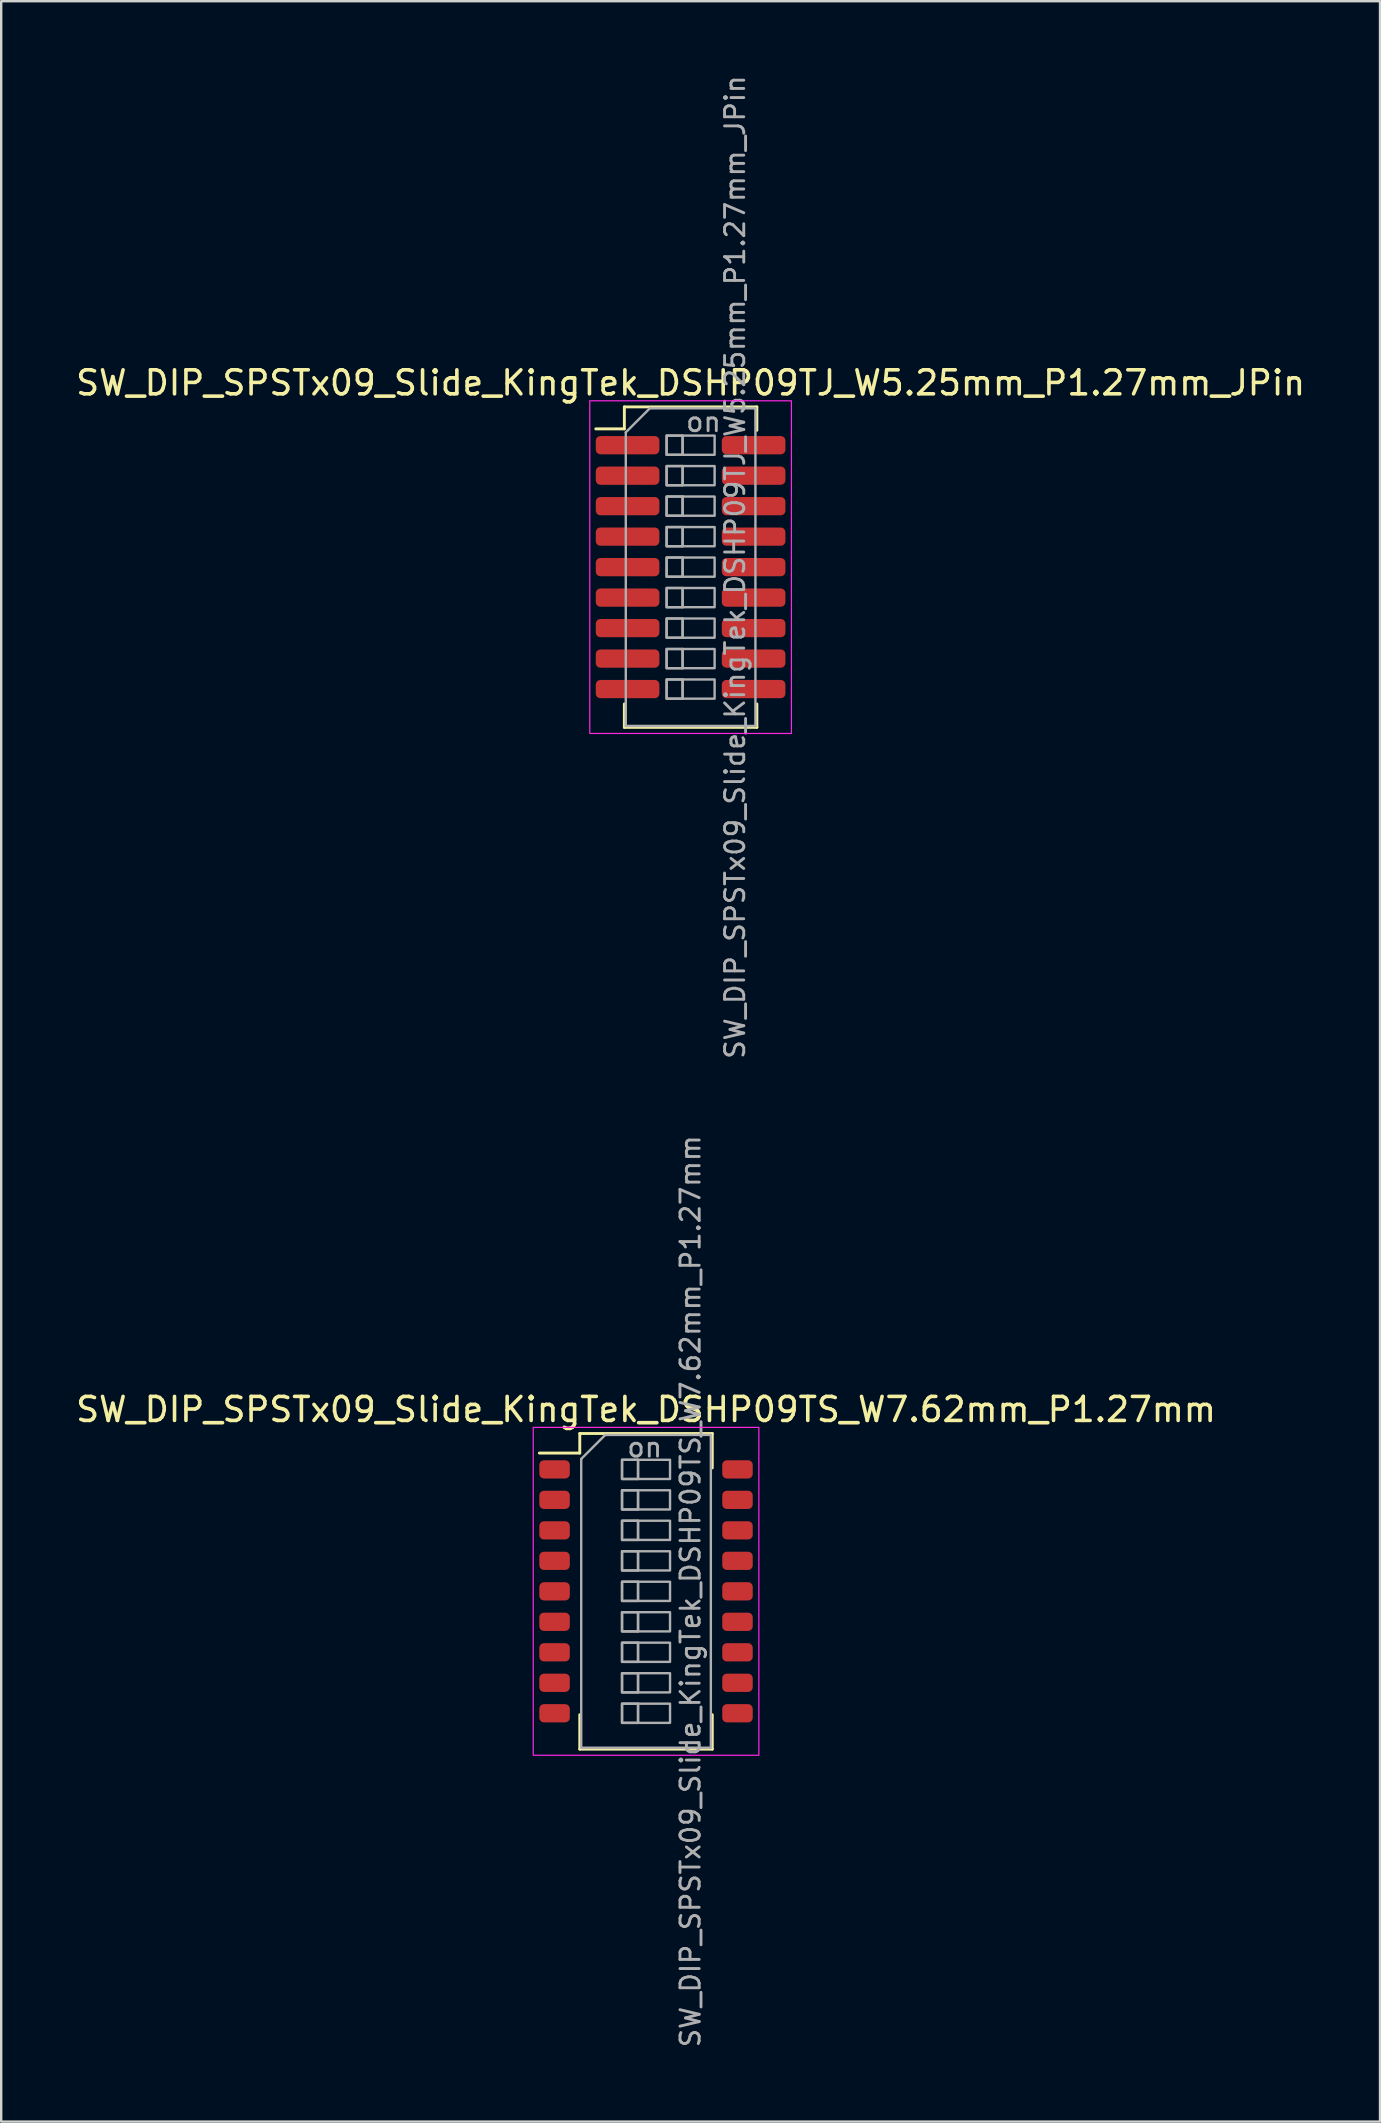
<source format=kicad_pcb>
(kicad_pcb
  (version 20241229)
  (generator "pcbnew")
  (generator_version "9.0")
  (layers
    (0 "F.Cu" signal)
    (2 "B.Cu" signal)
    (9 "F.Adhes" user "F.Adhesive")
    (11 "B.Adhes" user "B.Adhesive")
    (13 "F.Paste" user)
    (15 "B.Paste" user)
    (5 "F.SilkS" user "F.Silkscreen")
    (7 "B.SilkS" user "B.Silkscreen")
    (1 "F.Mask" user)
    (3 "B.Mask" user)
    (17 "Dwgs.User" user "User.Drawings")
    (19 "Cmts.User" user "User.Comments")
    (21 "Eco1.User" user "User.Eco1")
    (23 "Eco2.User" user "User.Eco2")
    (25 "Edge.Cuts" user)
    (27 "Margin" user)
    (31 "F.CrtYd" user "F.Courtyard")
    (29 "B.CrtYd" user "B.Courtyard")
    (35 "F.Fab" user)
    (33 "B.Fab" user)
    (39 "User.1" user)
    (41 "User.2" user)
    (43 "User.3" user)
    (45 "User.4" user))
  (footprint "SW_DIP_SPSTx09_Slide_KingTek_DSHP09TS_W7.62mm_P1.27mm"
    (layer "F.Cu")
    (at 23.863 63.243)
    (property "Reference" "SW_DIP_SPSTx09_Slide_KingTek_DSHP09TS_W7.62mm_P1.27mm" (at 0 -7.575 0) (layer "F.SilkS") (effects (font (size 1 1) (thickness 0.15))))
    (attr smd)
    (fp_line (start -4.445 -5.76) (end -2.76 -5.76) (stroke (width 0.12) (type solid)) (layer "F.SilkS"))
    (fp_line (start -2.76 -6.575) (end -2.76 -5.76) (stroke (width 0.12) (type solid)) (layer "F.SilkS"))
    (fp_line (start -2.76 -6.575) (end 2.76 -6.575) (stroke (width 0.12) (type solid)) (layer "F.SilkS"))
    (fp_line (start -2.76 6.575) (end -2.76 5.14) (stroke (width 0.12) (type solid)) (layer "F.SilkS"))
    (fp_line (start -2.76 6.575) (end 2.76 6.575) (stroke (width 0.12) (type solid)) (layer "F.SilkS"))
    (fp_line (start 2.76 -6.575) (end 2.76 -5.14) (stroke (width 0.12) (type solid)) (layer "F.SilkS"))
    (fp_line (start 2.76 6.575) (end 2.76 5.14) (stroke (width 0.12) (type solid)) (layer "F.SilkS"))
    (fp_rect (start -4.7 -6.83) (end 4.7 6.83) (stroke (width 0.05) (type solid)) (fill no) (layer "F.CrtYd"))
    (fp_line (start -2.7 -5.515) (end -1.7 -6.515) (stroke (width 0.1) (type solid)) (layer "F.Fab"))
    (fp_line (start -2.7 6.515) (end -2.7 -5.515) (stroke (width 0.1) (type solid)) (layer "F.Fab"))
    (fp_line (start -1.7 -6.515) (end 2.7 -6.515) (stroke (width 0.1) (type solid)) (layer "F.Fab"))
    (fp_line (start -0.333 -5.48) (end -0.333 -4.68) (stroke (width 0.1) (type solid)) (layer "F.Fab"))
    (fp_line (start -0.333 -4.21) (end -0.333 -3.41) (stroke (width 0.1) (type solid)) (layer "F.Fab"))
    (fp_line (start -0.333 -2.94) (end -0.333 -2.14) (stroke (width 0.1) (type solid)) (layer "F.Fab"))
    (fp_line (start -0.333 -1.67) (end -0.333 -0.87) (stroke (width 0.1) (type solid)) (layer "F.Fab"))
    (fp_line (start -0.333 -0.4) (end -0.333 0.4) (stroke (width 0.1) (type solid)) (layer "F.Fab"))
    (fp_line (start -0.333 0.87) (end -0.333 1.67) (stroke (width 0.1) (type solid)) (layer "F.Fab"))
    (fp_line (start -0.333 2.14) (end -0.333 2.94) (stroke (width 0.1) (type solid)) (layer "F.Fab"))
    (fp_line (start -0.333 3.41) (end -0.333 4.21) (stroke (width 0.1) (type solid)) (layer "F.Fab"))
    (fp_line (start -0.333 4.68) (end -0.333 5.48) (stroke (width 0.1) (type solid)) (layer "F.Fab"))
    (fp_line (start 2.7 -6.515) (end 2.7 6.515) (stroke (width 0.1) (type solid)) (layer "F.Fab"))
    (fp_line (start 2.7 6.515) (end -2.7 6.515) (stroke (width 0.1) (type solid)) (layer "F.Fab"))
    (fp_rect (start -1 -5.48) (end -0.333 -4.68) (stroke (width 0.1) (type solid)) (fill no) (layer "F.Fab"))
    (fp_rect (start -1 -5.48) (end 1 -4.68) (stroke (width 0.1) (type solid)) (fill no) (layer "F.Fab"))
    (fp_rect (start -1 -4.21) (end -0.333 -3.41) (stroke (width 0.1) (type solid)) (fill no) (layer "F.Fab"))
    (fp_rect (start -1 -4.21) (end 1 -3.41) (stroke (width 0.1) (type solid)) (fill no) (layer "F.Fab"))
    (fp_rect (start -1 -2.94) (end -0.333 -2.14) (stroke (width 0.1) (type solid)) (fill no) (layer "F.Fab"))
    (fp_rect (start -1 -2.94) (end 1 -2.14) (stroke (width 0.1) (type solid)) (fill no) (layer "F.Fab"))
    (fp_rect (start -1 -1.67) (end -0.333 -0.87) (stroke (width 0.1) (type solid)) (fill no) (layer "F.Fab"))
    (fp_rect (start -1 -1.67) (end 1 -0.87) (stroke (width 0.1) (type solid)) (fill no) (layer "F.Fab"))
    (fp_rect (start -1 -0.4) (end -0.333 0.4) (stroke (width 0.1) (type solid)) (fill no) (layer "F.Fab"))
    (fp_rect (start -1 -0.4) (end 1 0.4) (stroke (width 0.1) (type solid)) (fill no) (layer "F.Fab"))
    (fp_rect (start -1 0.87) (end -0.333 1.67) (stroke (width 0.1) (type solid)) (fill no) (layer "F.Fab"))
    (fp_rect (start -1 0.87) (end 1 1.67) (stroke (width 0.1) (type solid)) (fill no) (layer "F.Fab"))
    (fp_rect (start -1 2.14) (end -0.333 2.94) (stroke (width 0.1) (type solid)) (fill no) (layer "F.Fab"))
    (fp_rect (start -1 2.14) (end 1 2.94) (stroke (width 0.1) (type solid)) (fill no) (layer "F.Fab"))
    (fp_rect (start -1 3.41) (end -0.333 4.21) (stroke (width 0.1) (type solid)) (fill no) (layer "F.Fab"))
    (fp_rect (start -1 3.41) (end 1 4.21) (stroke (width 0.1) (type solid)) (fill no) (layer "F.Fab"))
    (fp_rect (start -1 4.68) (end -0.333 5.48) (stroke (width 0.1) (type solid)) (fill no) (layer "F.Fab"))
    (fp_rect (start -1 4.68) (end 1 5.48) (stroke (width 0.1) (type solid)) (fill no) (layer "F.Fab"))
    (fp_text user "${REFERENCE}" (at 1.85 0 90) (layer "F.Fab") (effects (font (size 0.8 0.8) (thickness 0.12))))
    (fp_text user "on" (at -0.055 -5.997 0) (layer "F.Fab") (effects (font (size 0.8 0.8) (thickness 0.12))))
    (pad "1" smd roundrect (at -3.81 -5.08) (size 1.27 0.76) (layers "F.Cu" "F.Mask" "F.Paste") (roundrect_rratio 0.25))
    (pad "2" smd roundrect (at -3.81 -3.81) (size 1.27 0.76) (layers "F.Cu" "F.Mask" "F.Paste") (roundrect_rratio 0.25))
    (pad "3" smd roundrect (at -3.81 -2.54) (size 1.27 0.76) (layers "F.Cu" "F.Mask" "F.Paste") (roundrect_rratio 0.25))
    (pad "4" smd roundrect (at -3.81 -1.27) (size 1.27 0.76) (layers "F.Cu" "F.Mask" "F.Paste") (roundrect_rratio 0.25))
    (pad "5" smd roundrect (at -3.81 0) (size 1.27 0.76) (layers "F.Cu" "F.Mask" "F.Paste") (roundrect_rratio 0.25))
    (pad "6" smd roundrect (at -3.81 1.27) (size 1.27 0.76) (layers "F.Cu" "F.Mask" "F.Paste") (roundrect_rratio 0.25))
    (pad "7" smd roundrect (at -3.81 2.54) (size 1.27 0.76) (layers "F.Cu" "F.Mask" "F.Paste") (roundrect_rratio 0.25))
    (pad "8" smd roundrect (at -3.81 3.81) (size 1.27 0.76) (layers "F.Cu" "F.Mask" "F.Paste") (roundrect_rratio 0.25))
    (pad "9" smd roundrect (at -3.81 5.08) (size 1.27 0.76) (layers "F.Cu" "F.Mask" "F.Paste") (roundrect_rratio 0.25))
    (pad "10" smd roundrect (at 3.81 5.08) (size 1.27 0.76) (layers "F.Cu" "F.Mask" "F.Paste") (roundrect_rratio 0.25))
    (pad "11" smd roundrect (at 3.81 3.81) (size 1.27 0.76) (layers "F.Cu" "F.Mask" "F.Paste") (roundrect_rratio 0.25))
    (pad "12" smd roundrect (at 3.81 2.54) (size 1.27 0.76) (layers "F.Cu" "F.Mask" "F.Paste") (roundrect_rratio 0.25))
    (pad "13" smd roundrect (at 3.81 1.27) (size 1.27 0.76) (layers "F.Cu" "F.Mask" "F.Paste") (roundrect_rratio 0.25))
    (pad "14" smd roundrect (at 3.81 0) (size 1.27 0.76) (layers "F.Cu" "F.Mask" "F.Paste") (roundrect_rratio 0.25))
    (pad "15" smd roundrect (at 3.81 -1.27) (size 1.27 0.76) (layers "F.Cu" "F.Mask" "F.Paste") (roundrect_rratio 0.25))
    (pad "16" smd roundrect (at 3.81 -2.54) (size 1.27 0.76) (layers "F.Cu" "F.Mask" "F.Paste") (roundrect_rratio 0.25))
    (pad "17" smd roundrect (at 3.81 -3.81) (size 1.27 0.76) (layers "F.Cu" "F.Mask" "F.Paste") (roundrect_rratio 0.25))
    (pad "18" smd roundrect (at 3.81 -5.08) (size 1.27 0.76) (layers "F.Cu" "F.Mask" "F.Paste") (roundrect_rratio 0.25)))
  (footprint "SW_DIP_SPSTx09_Slide_KingTek_DSHP09TJ_W5.25mm_P1.27mm_JPin"
    (layer "F.Cu")
    (at 25.72 20.576)
    (property "Reference" "SW_DIP_SPSTx09_Slide_KingTek_DSHP09TJ_W5.25mm_P1.27mm_JPin" (at 0 -7.675 0) (layer "F.SilkS") (effects (font (size 1 1) (thickness 0.15))))
    (attr smd)
    (fp_line (start -3.95 -5.76) (end -2.76 -5.76) (stroke (width 0.12) (type solid)) (layer "F.SilkS"))
    (fp_line (start -2.76 -6.675) (end -2.76 -5.76) (stroke (width 0.12) (type solid)) (layer "F.SilkS"))
    (fp_line (start -2.76 -6.675) (end 2.76 -6.675) (stroke (width 0.12) (type solid)) (layer "F.SilkS"))
    (fp_line (start -2.76 6.675) (end -2.76 5.7) (stroke (width 0.12) (type solid)) (layer "F.SilkS"))
    (fp_line (start -2.76 6.675) (end 2.76 6.675) (stroke (width 0.12) (type solid)) (layer "F.SilkS"))
    (fp_line (start 2.76 -6.675) (end 2.76 -5.7) (stroke (width 0.12) (type solid)) (layer "F.SilkS"))
    (fp_line (start 2.76 6.675) (end 2.76 5.7) (stroke (width 0.12) (type solid)) (layer "F.SilkS"))
    (fp_rect (start -4.2 -6.93) (end 4.2 6.93) (stroke (width 0.05) (type solid)) (fill no) (layer "F.CrtYd"))
    (fp_line (start -2.7 -5.615) (end -1.7 -6.615) (stroke (width 0.1) (type solid)) (layer "F.Fab"))
    (fp_line (start -2.7 6.615) (end -2.7 -5.615) (stroke (width 0.1) (type solid)) (layer "F.Fab"))
    (fp_line (start -1.7 -6.615) (end 2.7 -6.615) (stroke (width 0.1) (type solid)) (layer "F.Fab"))
    (fp_line (start -0.333 -5.48) (end -0.333 -4.68) (stroke (width 0.1) (type solid)) (layer "F.Fab"))
    (fp_line (start -0.333 -4.21) (end -0.333 -3.41) (stroke (width 0.1) (type solid)) (layer "F.Fab"))
    (fp_line (start -0.333 -2.94) (end -0.333 -2.14) (stroke (width 0.1) (type solid)) (layer "F.Fab"))
    (fp_line (start -0.333 -1.67) (end -0.333 -0.87) (stroke (width 0.1) (type solid)) (layer "F.Fab"))
    (fp_line (start -0.333 -0.4) (end -0.333 0.4) (stroke (width 0.1) (type solid)) (layer "F.Fab"))
    (fp_line (start -0.333 0.87) (end -0.333 1.67) (stroke (width 0.1) (type solid)) (layer "F.Fab"))
    (fp_line (start -0.333 2.14) (end -0.333 2.94) (stroke (width 0.1) (type solid)) (layer "F.Fab"))
    (fp_line (start -0.333 3.41) (end -0.333 4.21) (stroke (width 0.1) (type solid)) (layer "F.Fab"))
    (fp_line (start -0.333 4.68) (end -0.333 5.48) (stroke (width 0.1) (type solid)) (layer "F.Fab"))
    (fp_line (start 2.7 -6.615) (end 2.7 6.615) (stroke (width 0.1) (type solid)) (layer "F.Fab"))
    (fp_line (start 2.7 6.615) (end -2.7 6.615) (stroke (width 0.1) (type solid)) (layer "F.Fab"))
    (fp_rect (start -1 -5.48) (end -0.333 -4.68) (stroke (width 0.1) (type solid)) (fill no) (layer "F.Fab"))
    (fp_rect (start -1 -5.48) (end 1 -4.68) (stroke (width 0.1) (type solid)) (fill no) (layer "F.Fab"))
    (fp_rect (start -1 -4.21) (end -0.333 -3.41) (stroke (width 0.1) (type solid)) (fill no) (layer "F.Fab"))
    (fp_rect (start -1 -4.21) (end 1 -3.41) (stroke (width 0.1) (type solid)) (fill no) (layer "F.Fab"))
    (fp_rect (start -1 -2.94) (end -0.333 -2.14) (stroke (width 0.1) (type solid)) (fill no) (layer "F.Fab"))
    (fp_rect (start -1 -2.94) (end 1 -2.14) (stroke (width 0.1) (type solid)) (fill no) (layer "F.Fab"))
    (fp_rect (start -1 -1.67) (end -0.333 -0.87) (stroke (width 0.1) (type solid)) (fill no) (layer "F.Fab"))
    (fp_rect (start -1 -1.67) (end 1 -0.87) (stroke (width 0.1) (type solid)) (fill no) (layer "F.Fab"))
    (fp_rect (start -1 -0.4) (end -0.333 0.4) (stroke (width 0.1) (type solid)) (fill no) (layer "F.Fab"))
    (fp_rect (start -1 -0.4) (end 1 0.4) (stroke (width 0.1) (type solid)) (fill no) (layer "F.Fab"))
    (fp_rect (start -1 0.87) (end -0.333 1.67) (stroke (width 0.1) (type solid)) (fill no) (layer "F.Fab"))
    (fp_rect (start -1 0.87) (end 1 1.67) (stroke (width 0.1) (type solid)) (fill no) (layer "F.Fab"))
    (fp_rect (start -1 2.14) (end -0.333 2.94) (stroke (width 0.1) (type solid)) (fill no) (layer "F.Fab"))
    (fp_rect (start -1 2.14) (end 1 2.94) (stroke (width 0.1) (type solid)) (fill no) (layer "F.Fab"))
    (fp_rect (start -1 3.41) (end -0.333 4.21) (stroke (width 0.1) (type solid)) (fill no) (layer "F.Fab"))
    (fp_rect (start -1 3.41) (end 1 4.21) (stroke (width 0.1) (type solid)) (fill no) (layer "F.Fab"))
    (fp_rect (start -1 4.68) (end -0.333 5.48) (stroke (width 0.1) (type solid)) (fill no) (layer "F.Fab"))
    (fp_rect (start -1 4.68) (end 1 5.48) (stroke (width 0.1) (type solid)) (fill no) (layer "F.Fab"))
    (fp_text user "on" (at 0.537 -6.048 0) (layer "F.Fab") (effects (font (size 0.8 0.8) (thickness 0.12))))
    (fp_text user "${REFERENCE}" (at 1.85 0 90) (layer "F.Fab") (effects (font (size 0.8 0.8) (thickness 0.12))))
    (pad "1" smd roundrect (at -2.625 -5.08) (size 2.65 0.76) (layers "F.Cu" "F.Mask" "F.Paste") (roundrect_rratio 0.25))
    (pad "2" smd roundrect (at -2.625 -3.81) (size 2.65 0.76) (layers "F.Cu" "F.Mask" "F.Paste") (roundrect_rratio 0.25))
    (pad "3" smd roundrect (at -2.625 -2.54) (size 2.65 0.76) (layers "F.Cu" "F.Mask" "F.Paste") (roundrect_rratio 0.25))
    (pad "4" smd roundrect (at -2.625 -1.27) (size 2.65 0.76) (layers "F.Cu" "F.Mask" "F.Paste") (roundrect_rratio 0.25))
    (pad "5" smd roundrect (at -2.625 0) (size 2.65 0.76) (layers "F.Cu" "F.Mask" "F.Paste") (roundrect_rratio 0.25))
    (pad "6" smd roundrect (at -2.625 1.27) (size 2.65 0.76) (layers "F.Cu" "F.Mask" "F.Paste") (roundrect_rratio 0.25))
    (pad "7" smd roundrect (at -2.625 2.54) (size 2.65 0.76) (layers "F.Cu" "F.Mask" "F.Paste") (roundrect_rratio 0.25))
    (pad "8" smd roundrect (at -2.625 3.81) (size 2.65 0.76) (layers "F.Cu" "F.Mask" "F.Paste") (roundrect_rratio 0.25))
    (pad "9" smd roundrect (at -2.625 5.08) (size 2.65 0.76) (layers "F.Cu" "F.Mask" "F.Paste") (roundrect_rratio 0.25))
    (pad "10" smd roundrect (at 2.625 5.08) (size 2.65 0.76) (layers "F.Cu" "F.Mask" "F.Paste") (roundrect_rratio 0.25))
    (pad "11" smd roundrect (at 2.625 3.81) (size 2.65 0.76) (layers "F.Cu" "F.Mask" "F.Paste") (roundrect_rratio 0.25))
    (pad "12" smd roundrect (at 2.625 2.54) (size 2.65 0.76) (layers "F.Cu" "F.Mask" "F.Paste") (roundrect_rratio 0.25))
    (pad "13" smd roundrect (at 2.625 1.27) (size 2.65 0.76) (layers "F.Cu" "F.Mask" "F.Paste") (roundrect_rratio 0.25))
    (pad "14" smd roundrect (at 2.625 0) (size 2.65 0.76) (layers "F.Cu" "F.Mask" "F.Paste") (roundrect_rratio 0.25))
    (pad "15" smd roundrect (at 2.625 -1.27) (size 2.65 0.76) (layers "F.Cu" "F.Mask" "F.Paste") (roundrect_rratio 0.25))
    (pad "16" smd roundrect (at 2.625 -2.54) (size 2.65 0.76) (layers "F.Cu" "F.Mask" "F.Paste") (roundrect_rratio 0.25))
    (pad "17" smd roundrect (at 2.625 -3.81) (size 2.65 0.76) (layers "F.Cu" "F.Mask" "F.Paste") (roundrect_rratio 0.25))
    (pad "18" smd roundrect (at 2.625 -5.08) (size 2.65 0.76) (layers "F.Cu" "F.Mask" "F.Paste") (roundrect_rratio 0.25)))
  (gr_rect
    (start -3 -3)
    (end 54.44 85.333)
    (stroke (width 0.1) (type default))
    (fill no)
    (layer "Edge.Cuts")))
</source>
